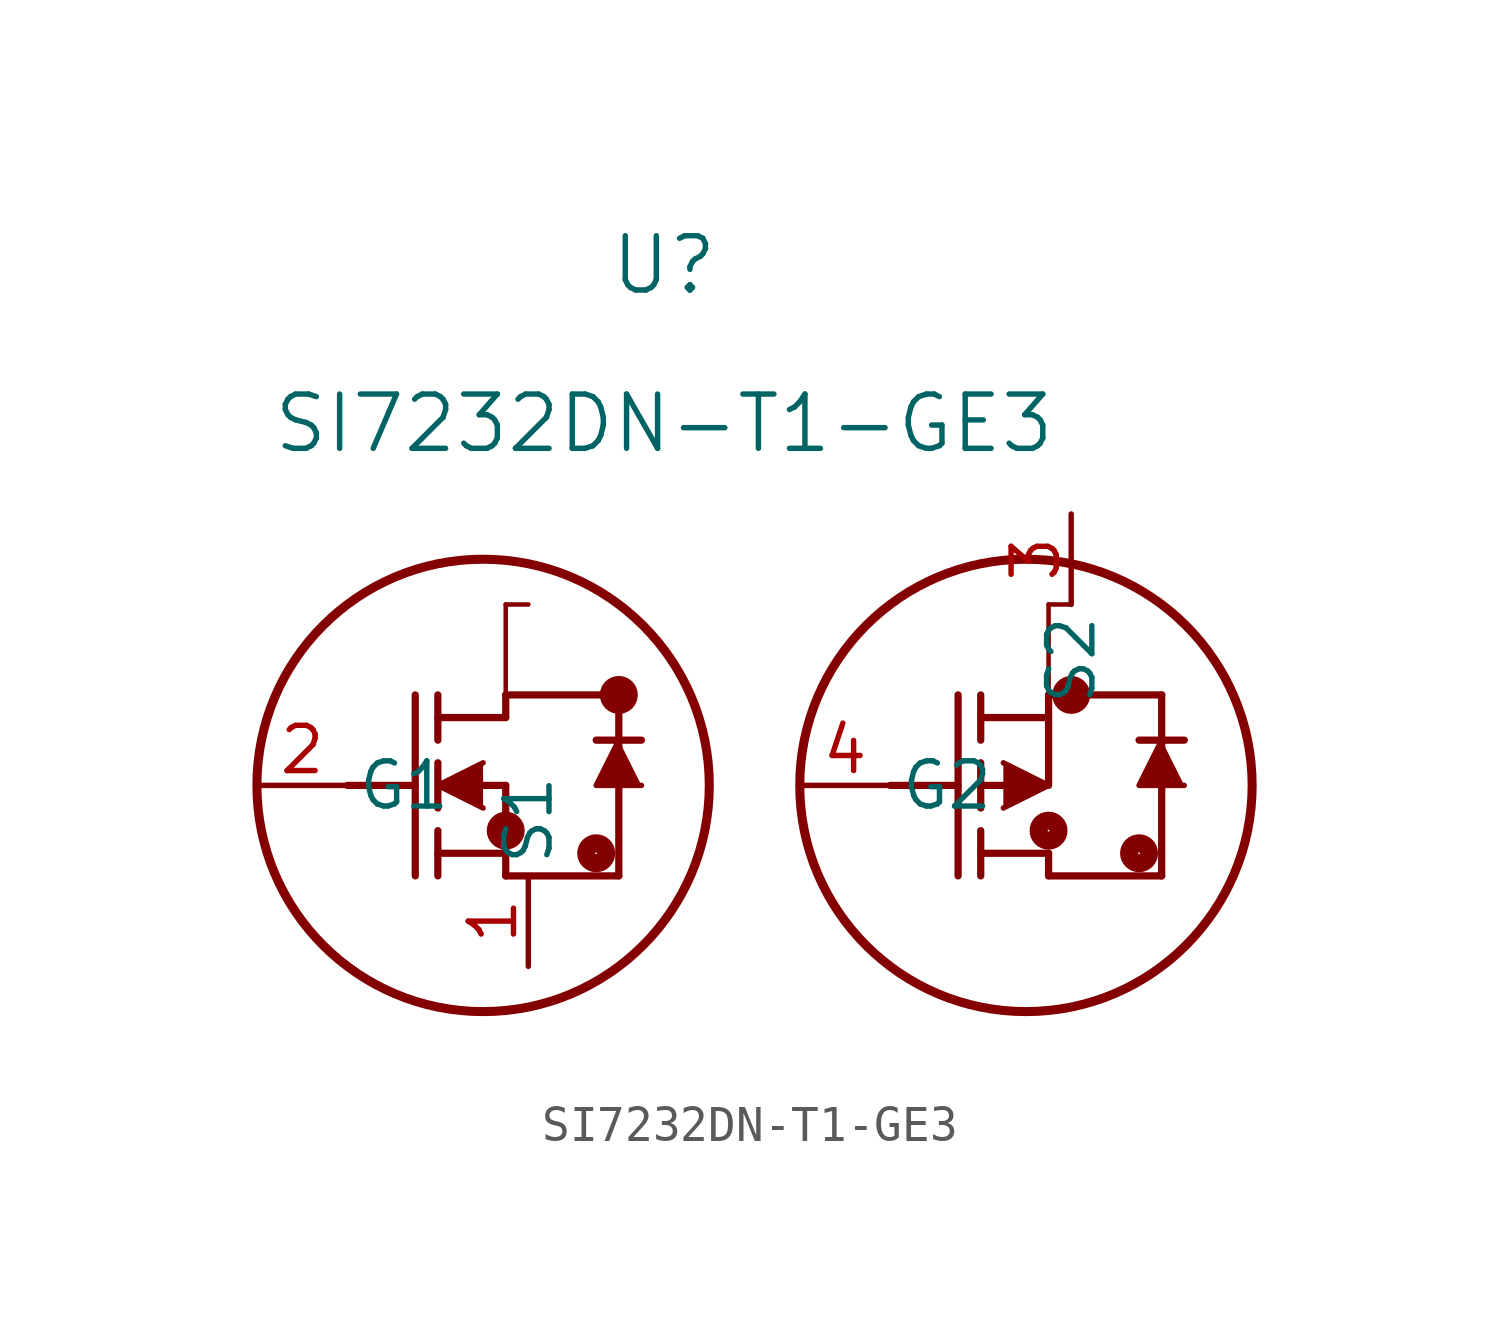
<source format=kicad_sym>
(kicad_symbol_lib
  (version 20211014)
  (generator kicad_symbol_editor)
  (symbol "SI7232DN-T1-GE3"
    (pin_names
      (offset 0.254))
    (property "Reference" "U"
      (at 11.43 14.605 0)
      (effects (font (size 1.524 1.524))))
    (property "Value" "SI7232DN-T1-GE3"
      (at 11.43 10.16 0)
      (effects (font (size 1.524 1.524))))
    (symbol "SI7232DN-T1-GE3_0_1"
      (circle (center 10.16 2.54) (radius 0.025) (stroke (width 0.508) (type default) (color 0 0 0 0)) (fill (type none)))
      (circle (center 9.525 -1.905) (radius 0.025) (stroke (width 0.508) (type default) (color 0 0 0 0)) (fill (type none)))
      (circle (center 6.985 -1.27) (radius 0.025) (stroke (width 0.508) (type default) (color 0 0 0 0)) (fill (type none)))
      (circle (center 6.35 0) (radius 6.35) (stroke (width 0.254) (type default) (color 0 0 0 0)) (fill (type none)))
      (polyline (pts (xy 2.54 0) (xy 4.445 0)) (stroke (width 0.203) (type default) (color 0 0 0 0)) (fill (type none)))
      (polyline (pts (xy 4.445 -2.54) (xy 4.445 2.54)) (stroke (width 0.203) (type default) (color 0 0 0 0)) (fill (type none)))
      (polyline (pts (xy 5.08 -0.635) (xy 5.08 0.635)) (stroke (width 0.203) (type default) (color 0 0 0 0)) (fill (type none)))
      (polyline (pts (xy 5.08 -2.54) (xy 5.08 -1.27)) (stroke (width 0.203) (type default) (color 0 0 0 0)) (fill (type none)))
      (polyline (pts (xy 5.08 1.27) (xy 5.08 2.54)) (stroke (width 0.203) (type default) (color 0 0 0 0)) (fill (type none)))
      (polyline (pts (xy 6.35 0) (xy 6.985 0)) (stroke (width 0.203) (type default) (color 0 0 0 0)) (fill (type none)))
      (polyline (pts (xy 5.08 -1.905) (xy 6.985 -1.905)) (stroke (width 0.203) (type default) (color 0 0 0 0)) (fill (type none)))
      (polyline (pts (xy 6.985 -2.54) (xy 6.985 0)) (stroke (width 0.203) (type default) (color 0 0 0 0)) (fill (type none)))
      (polyline (pts (xy 6.985 -2.54) (xy 10.16 -2.54)) (stroke (width 0.203) (type default) (color 0 0 0 0)) (fill (type none)))
      (polyline (pts (xy 5.08 1.905) (xy 6.985 1.905)) (stroke (width 0.203) (type default) (color 0 0 0 0)) (fill (type none)))
      (polyline (pts (xy 10.16 0) (xy 10.16 2.54)) (stroke (width 0.203) (type default) (color 0 0 0 0)) (fill (type none)))
      (polyline (pts (xy 6.35 0.635) (xy 5.08 0) (xy 6.35 -0.635)) (stroke (width 0) (type default) (color 0 0 0 0)) (fill (type outline)))
      (polyline (pts (xy 10.16 -2.54) (xy 10.16 0)) (stroke (width 0.203) (type default) (color 0 0 0 0)) (fill (type none)))
      (polyline (pts (xy 10.795 1.27) (xy 9.525 1.27)) (stroke (width 0.203) (type default) (color 0 0 0 0)) (fill (type none)))
      (polyline (pts (xy 10.795 0) (xy 9.525 0) (xy 10.16 1.27)) (stroke (width 0) (type default) (color 0 0 0 0)) (fill (type outline)))
      (polyline (pts (xy 6.985 2.54) (xy 10.16 2.54)) (stroke (width 0.203) (type default) (color 0 0 0 0)) (fill (type none)))
      (polyline (pts (xy 6.985 1.905) (xy 6.985 2.54)) (stroke (width 0.203) (type default) (color 0 0 0 0)) (fill (type none)))
      (circle (center 22.86 2.54) (radius 0.025) (stroke (width 0.508) (type default) (color 0 0 0 0)) (fill (type none)))
      (circle (center 24.765 -1.905) (radius 0.025) (stroke (width 0.508) (type default) (color 0 0 0 0)) (fill (type none)))
      (circle (center 22.225 -1.27) (radius 0.025) (stroke (width 0.508) (type default) (color 0 0 0 0)) (fill (type none)))
      (circle (center 21.59 0) (radius 6.35) (stroke (width 0.254) (type default) (color 0 0 0 0)) (fill (type none)))
      (polyline (pts (xy 17.78 0) (xy 19.685 0)) (stroke (width 0.203) (type default) (color 0 0 0 0)) (fill (type none)))
      (polyline (pts (xy 19.685 -2.54) (xy 19.685 2.54)) (stroke (width 0.203) (type default) (color 0 0 0 0)) (fill (type none)))
      (polyline (pts (xy 20.32 -0.635) (xy 20.32 0.635)) (stroke (width 0.203) (type default) (color 0 0 0 0)) (fill (type none)))
      (polyline (pts (xy 20.32 -2.54) (xy 20.32 -1.27)) (stroke (width 0.203) (type default) (color 0 0 0 0)) (fill (type none)))
      (polyline (pts (xy 20.32 1.27) (xy 20.32 2.54)) (stroke (width 0.203) (type default) (color 0 0 0 0)) (fill (type none)))
      (polyline (pts (xy 21.59 0) (xy 20.32 0)) (stroke (width 0.203) (type default) (color 0 0 0 0)) (fill (type none)))
      (polyline (pts (xy 22.225 2.54) (xy 22.225 0)) (stroke (width 0.203) (type default) (color 0 0 0 0)) (fill (type none)))
      (polyline (pts (xy 22.225 -1.905) (xy 20.32 -1.905)) (stroke (width 0.203) (type default) (color 0 0 0 0)) (fill (type none)))
      (polyline (pts (xy 22.225 -2.54) (xy 25.4 -2.54)) (stroke (width 0.203) (type default) (color 0 0 0 0)) (fill (type none)))
      (polyline (pts (xy 20.32 1.905) (xy 22.225 1.905)) (stroke (width 0.203) (type default) (color 0 0 0 0)) (fill (type none)))
      (polyline (pts (xy 25.4 0) (xy 25.4 2.54)) (stroke (width 0.203) (type default) (color 0 0 0 0)) (fill (type none)))
      (polyline (pts (xy 25.4 -2.54) (xy 25.4 0)) (stroke (width 0.203) (type default) (color 0 0 0 0)) (fill (type none)))
      (polyline (pts (xy 26.035 1.27) (xy 24.765 1.27)) (stroke (width 0.203) (type default) (color 0 0 0 0)) (fill (type none)))
      (polyline (pts (xy 22.225 2.54) (xy 25.4 2.54)) (stroke (width 0.203) (type default) (color 0 0 0 0)) (fill (type none)))
      (polyline (pts (xy 22.225 -2.54) (xy 22.225 -1.905)) (stroke (width 0.203) (type default) (color 0 0 0 0)) (fill (type none)))
      (polyline (pts (xy 20.955 -0.635) (xy 22.225 0) (xy 20.955 0.635)) (stroke (width 0) (type default) (color 0 0 0 0)) (fill (type outline)))
      (polyline (pts (xy 26.035 0) (xy 24.765 0) (xy 25.4 1.27)) (stroke (width 0) (type default) (color 0 0 0 0)) (fill (type outline)))
      (polyline (pts (xy 6.985 5.08) (xy 7.62 5.08)) (stroke (width 0.127) (type default) (color 0 0 0 0)) (fill (type none)))
      (polyline (pts (xy 22.225 5.08) (xy 22.86 5.08)) (stroke (width 0.127) (type default) (color 0 0 0 0)) (fill (type none)))
      (polyline (pts (xy 6.985 2.54) (xy 6.985 5.08)) (stroke (width 0.127) (type default) (color 0 0 0 0)) (fill (type none)))
      (polyline (pts (xy 22.225 2.54) (xy 22.225 5.08)) (stroke (width 0.127) (type default) (color 0 0 0 0)) (fill (type none)))
      (pin unspecified line (at 7.62 -5.08 90) (length 2.54) (name "S1" (effects (font (size 1.27 1.27)))) (number "1" (effects (font (size 1.27 1.27)))))
      (pin unspecified line (at 0 0 0) (length 2.54) (name "G1" (effects (font (size 1.27 1.27)))) (number "2" (effects (font (size 1.27 1.27)))))
      (pin unspecified line (at 22.86 7.62 270) (length 2.54) (name "S2" (effects (font (size 1.27 1.27)))) (number "3" (effects (font (size 1.27 1.27)))))
      (pin unspecified line (at 15.24 0 0) (length 2.54) (name "G2" (effects (font (size 1.27 1.27)))) (number "4" (effects (font (size 1.27 1.27))))))))
</source>
